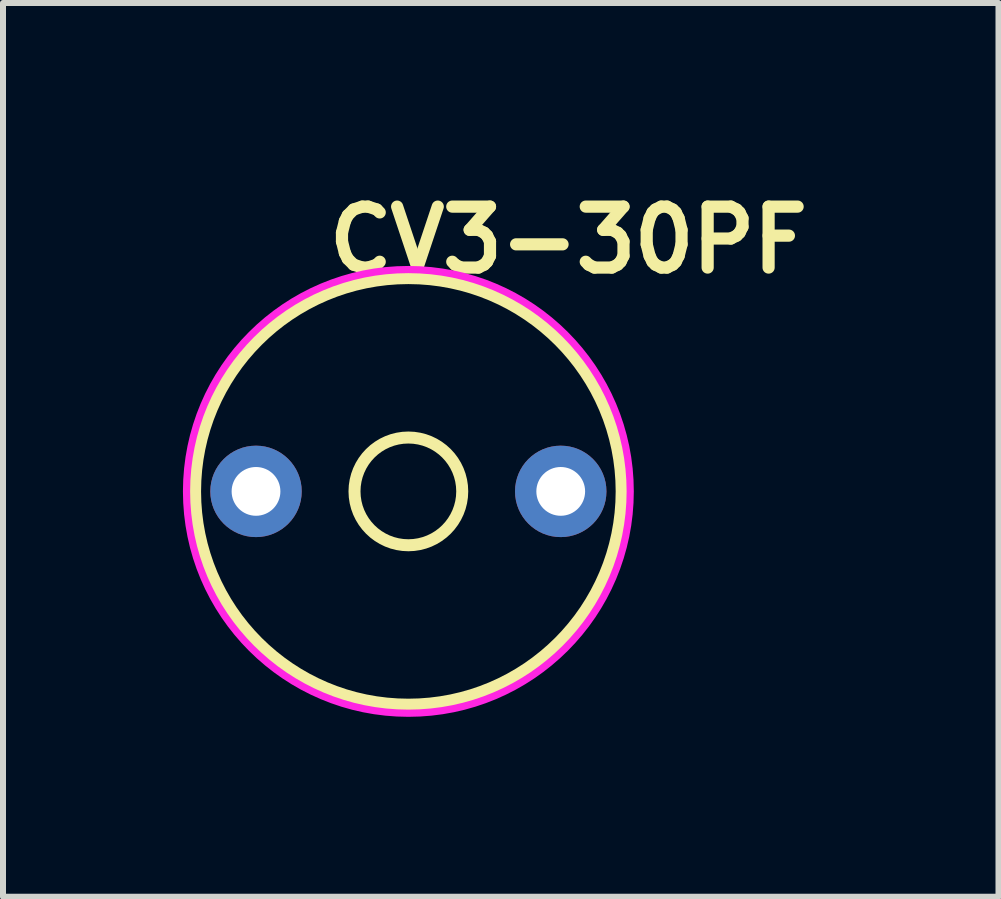
<source format=kicad_pcb>
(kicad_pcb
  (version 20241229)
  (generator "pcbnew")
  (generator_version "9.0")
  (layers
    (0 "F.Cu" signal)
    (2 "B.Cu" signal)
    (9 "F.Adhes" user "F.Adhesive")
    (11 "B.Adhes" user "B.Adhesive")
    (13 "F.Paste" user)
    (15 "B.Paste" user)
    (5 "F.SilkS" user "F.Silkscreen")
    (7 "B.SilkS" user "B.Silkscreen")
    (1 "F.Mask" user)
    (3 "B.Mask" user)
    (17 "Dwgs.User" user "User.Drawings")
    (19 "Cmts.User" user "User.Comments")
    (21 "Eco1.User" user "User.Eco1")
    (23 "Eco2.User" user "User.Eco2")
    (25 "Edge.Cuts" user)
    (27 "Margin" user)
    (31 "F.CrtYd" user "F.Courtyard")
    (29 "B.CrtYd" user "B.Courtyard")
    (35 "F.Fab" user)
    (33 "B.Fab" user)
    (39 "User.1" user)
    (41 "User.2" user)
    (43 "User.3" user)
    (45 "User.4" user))
  (footprint "CV3-30PF"
    (layer "F.Cu")
    (at 3.758 5.142)
    (property "Reference" "CV3-30PF" (at 2.667 -4.191 0) (layer "F.SilkS") (effects (font (size 1.016 1.016) (thickness 0.203))))
    (attr through_hole)
    (fp_circle (center 0 0) (end 0.898 0) (stroke (width 0.2) (type solid)) (fill no) (layer "F.SilkS"))
    (fp_circle (center 0 0) (end 3.556 0) (stroke (width 0.2) (type solid)) (fill no) (layer "F.SilkS"))
    (fp_circle (center 0 0) (end 3.556 -1.016) (stroke (width 0.12) (type solid)) (fill no) (layer "F.CrtYd"))
    (pad "1" thru_hole circle (at 2.54 0) (size 1.524 1.524) (drill 0.813) (layers "*.Cu" "*.Mask"))
    (pad "2" thru_hole circle (at -2.54 0) (size 1.524 1.524) (drill 0.813) (layers "*.Cu" "*.Mask")))
  (gr_rect
    (start -3 -3)
    (end 13.596 11.9)
    (stroke (width 0.1) (type default))
    (fill no)
    (layer "Edge.Cuts")))
</source>
